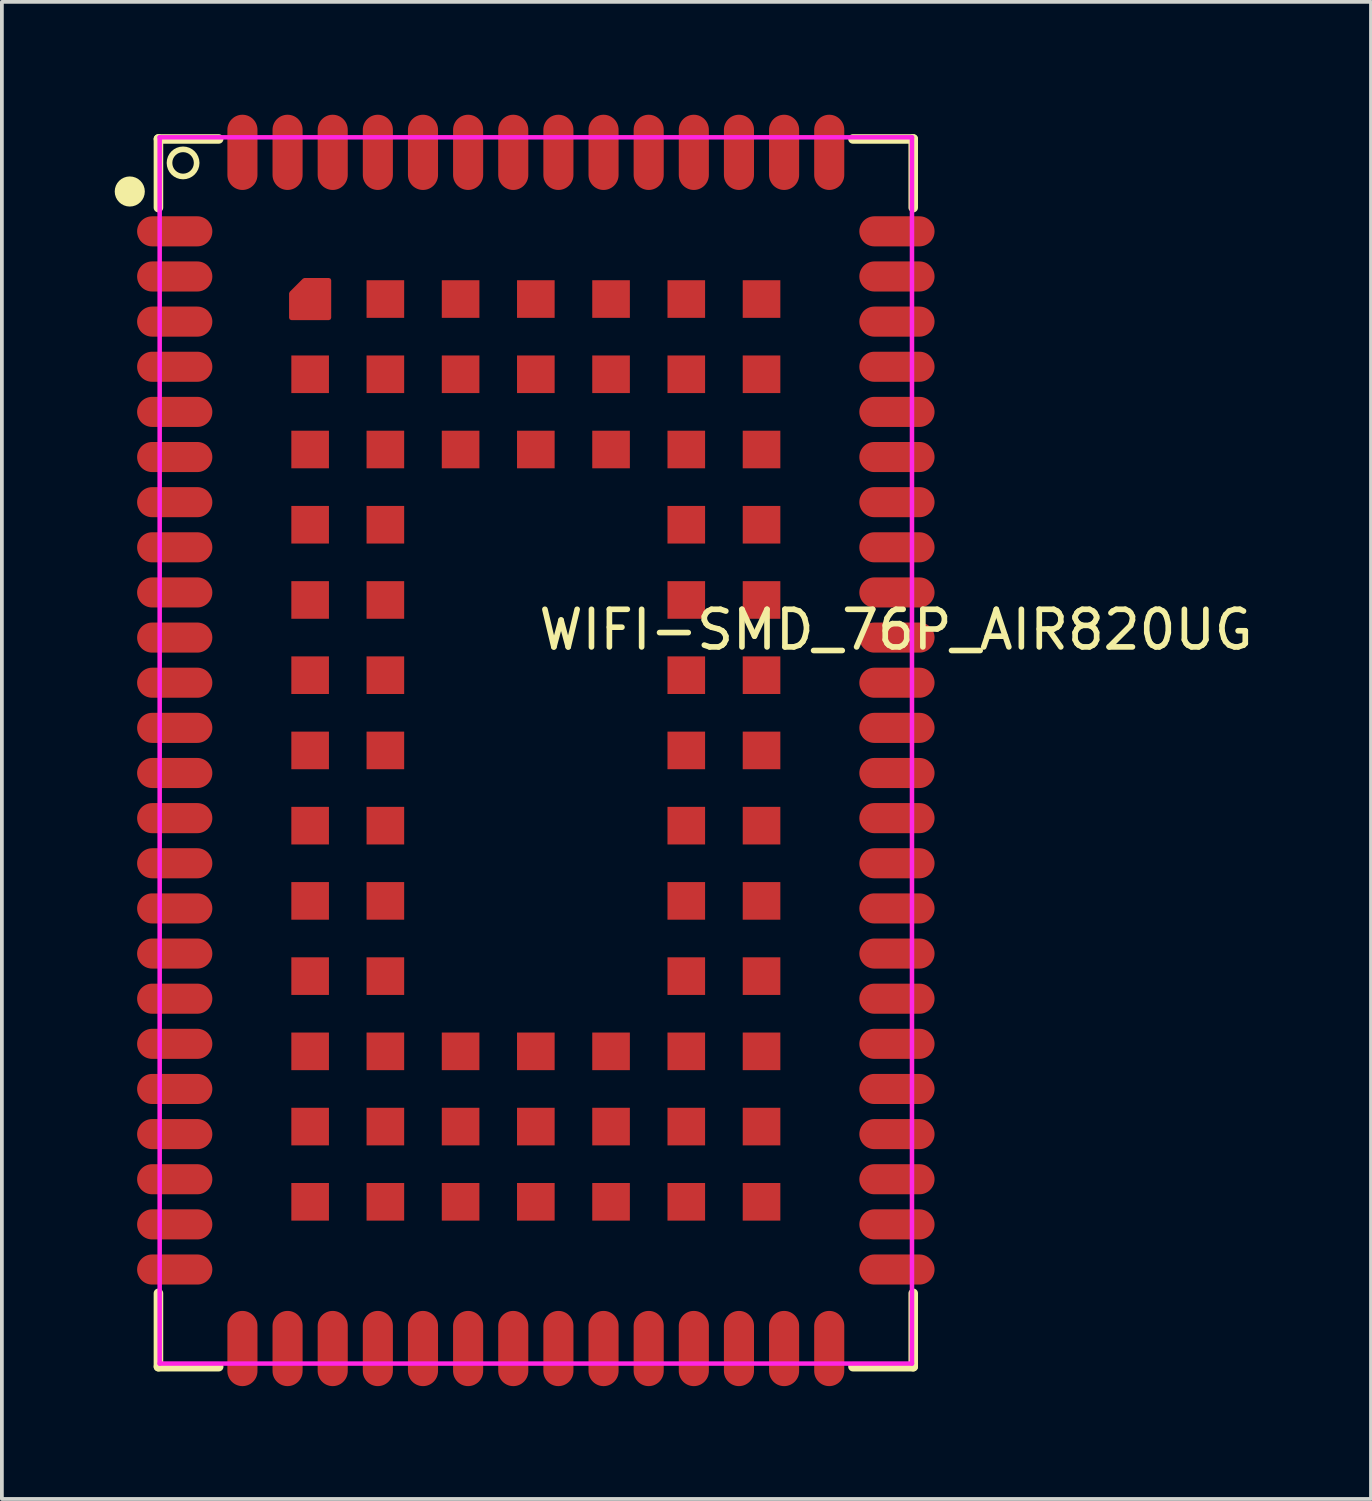
<source format=kicad_pcb>
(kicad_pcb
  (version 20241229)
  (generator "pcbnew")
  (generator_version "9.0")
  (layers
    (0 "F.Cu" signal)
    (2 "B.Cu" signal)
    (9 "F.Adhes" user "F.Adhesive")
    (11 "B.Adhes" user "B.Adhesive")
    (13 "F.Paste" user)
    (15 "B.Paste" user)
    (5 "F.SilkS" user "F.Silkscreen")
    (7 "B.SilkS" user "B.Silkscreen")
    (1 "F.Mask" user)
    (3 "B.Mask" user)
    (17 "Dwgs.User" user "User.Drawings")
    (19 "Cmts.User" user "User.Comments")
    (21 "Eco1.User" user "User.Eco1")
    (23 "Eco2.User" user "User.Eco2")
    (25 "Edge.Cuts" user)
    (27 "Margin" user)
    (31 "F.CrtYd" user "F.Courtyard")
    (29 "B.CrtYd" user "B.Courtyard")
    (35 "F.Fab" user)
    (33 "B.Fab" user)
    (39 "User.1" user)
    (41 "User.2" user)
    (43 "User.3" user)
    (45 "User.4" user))
  (footprint "WIFI-SMD_76P_AIR820UG"
    (layer "F.Cu")
    (at 11.195 16.9)
    (property "Reference" "WIFI-SMD_76P_AIR820UG" (at 0 -3.207 0) (layer "F.SilkS") (effects (font (size 1 1) (thickness 0.15)) (justify left)))
    (attr smd)
    (fp_line (start -10.033 -16.256) (end -8.431 -16.256) (stroke (width 0.254) (type solid)) (layer "F.SilkS"))
    (fp_line (start -10.033 -14.43) (end -10.033 -16.256) (stroke (width 0.254) (type solid)) (layer "F.SilkS"))
    (fp_line (start -10.033 14.432) (end -10.033 16.383) (stroke (width 0.254) (type solid)) (layer "F.SilkS"))
    (fp_line (start -10.033 16.383) (end -8.431 16.383) (stroke (width 0.254) (type solid)) (layer "F.SilkS"))
    (fp_line (start 8.431 -16.256) (end 10.033 -16.256) (stroke (width 0.254) (type solid)) (layer "F.SilkS"))
    (fp_line (start 8.431 16.383) (end 10.033 16.383) (stroke (width 0.254) (type solid)) (layer "F.SilkS"))
    (fp_line (start 10.033 -16.256) (end 10.033 -14.43) (stroke (width 0.254) (type solid)) (layer "F.SilkS"))
    (fp_line (start 10.033 16.383) (end 10.033 14.432) (stroke (width 0.254) (type solid)) (layer "F.SilkS"))
    (fp_arc (start -9.017 -15.617) (mid -9.739022 -15.625055) (end -9.016967 -15.620891) (stroke (width 0.15) (type solid)) (layer "F.SilkS"))
    (fp_circle (center -10.795 -14.859) (end -10.595 -14.859) (stroke (width 0.4) (type solid)) (fill no) (layer "F.SilkS"))
    (fp_line (start -10 -16.3) (end 10 -16.3) (stroke (width 0.12) (type solid)) (layer "F.CrtYd"))
    (fp_line (start -10 16.3) (end -10 -16.3) (stroke (width 0.12) (type solid)) (layer "F.CrtYd"))
    (fp_line (start 10 -16.3) (end 10 16.3) (stroke (width 0.12) (type solid)) (layer "F.CrtYd"))
    (fp_line (start 10 16.3) (end -10 16.3) (stroke (width 0.12) (type solid)) (layer "F.CrtYd"))
    (pad "1" smd oval (at -9.6 -13.8) (size 2 0.8) (layers "F.Cu" "F.Mask" "F.Paste"))
    (pad "2" smd oval (at -9.6 -12.6) (size 2 0.8) (layers "F.Cu" "F.Mask" "F.Paste"))
    (pad "3" smd oval (at -9.6 -11.4) (size 2 0.8) (layers "F.Cu" "F.Mask" "F.Paste"))
    (pad "4" smd oval (at -9.6 -10.2) (size 2 0.8) (layers "F.Cu" "F.Mask" "F.Paste"))
    (pad "5" smd oval (at -9.6 -9) (size 2 0.8) (layers "F.Cu" "F.Mask" "F.Paste"))
    (pad "6" smd oval (at -9.6 -7.8) (size 2 0.8) (layers "F.Cu" "F.Mask" "F.Paste"))
    (pad "7" smd oval (at -9.6 -6.6) (size 2 0.8) (layers "F.Cu" "F.Mask" "F.Paste"))
    (pad "8" smd oval (at -9.6 -5.4) (size 2 0.8) (layers "F.Cu" "F.Mask" "F.Paste"))
    (pad "9" smd oval (at -9.6 -4.2) (size 2 0.8) (layers "F.Cu" "F.Mask" "F.Paste"))
    (pad "10" smd oval (at -9.6 -3) (size 2 0.8) (layers "F.Cu" "F.Mask" "F.Paste"))
    (pad "11" smd oval (at -9.6 -1.8) (size 2 0.8) (layers "F.Cu" "F.Mask" "F.Paste"))
    (pad "12" smd oval (at -9.6 -0.6) (size 2 0.8) (layers "F.Cu" "F.Mask" "F.Paste"))
    (pad "13" smd oval (at -9.6 0.6) (size 2 0.8) (layers "F.Cu" "F.Mask" "F.Paste"))
    (pad "14" smd oval (at -9.6 1.8) (size 2 0.8) (layers "F.Cu" "F.Mask" "F.Paste"))
    (pad "15" smd oval (at -9.6 3) (size 2 0.8) (layers "F.Cu" "F.Mask" "F.Paste"))
    (pad "16" smd oval (at -9.6 4.2) (size 2 0.8) (layers "F.Cu" "F.Mask" "F.Paste"))
    (pad "17" smd oval (at -9.6 5.4) (size 2 0.8) (layers "F.Cu" "F.Mask" "F.Paste"))
    (pad "18" smd oval (at -9.6 6.6) (size 2 0.8) (layers "F.Cu" "F.Mask" "F.Paste"))
    (pad "19" smd oval (at -9.6 7.8) (size 2 0.8) (layers "F.Cu" "F.Mask" "F.Paste"))
    (pad "20" smd oval (at -9.6 9) (size 2 0.8) (layers "F.Cu" "F.Mask" "F.Paste"))
    (pad "21" smd oval (at -9.6 10.2) (size 2 0.8) (layers "F.Cu" "F.Mask" "F.Paste"))
    (pad "22" smd oval (at -9.6 11.4) (size 2 0.8) (layers "F.Cu" "F.Mask" "F.Paste"))
    (pad "23" smd oval (at -9.6 12.6) (size 2 0.8) (layers "F.Cu" "F.Mask" "F.Paste"))
    (pad "24" smd oval (at -9.6 13.8) (size 2 0.8) (layers "F.Cu" "F.Mask" "F.Paste"))
    (pad "25" smd oval (at -7.8 15.9 90) (size 2 0.8) (layers "F.Cu" "F.Mask" "F.Paste"))
    (pad "26" smd oval (at -6.6 15.9 90) (size 2 0.8) (layers "F.Cu" "F.Mask" "F.Paste"))
    (pad "27" smd oval (at -5.4 15.9 90) (size 2 0.8) (layers "F.Cu" "F.Mask" "F.Paste"))
    (pad "28" smd oval (at -4.2 15.9 90) (size 2 0.8) (layers "F.Cu" "F.Mask" "F.Paste"))
    (pad "29" smd oval (at -3 15.9 90) (size 2 0.8) (layers "F.Cu" "F.Mask" "F.Paste"))
    (pad "30" smd oval (at -1.8 15.9 90) (size 2 0.8) (layers "F.Cu" "F.Mask" "F.Paste"))
    (pad "31" smd oval (at -0.6 15.9 90) (size 2 0.8) (layers "F.Cu" "F.Mask" "F.Paste"))
    (pad "32" smd oval (at 0.6 15.9 90) (size 2 0.8) (layers "F.Cu" "F.Mask" "F.Paste"))
    (pad "33" smd oval (at 1.8 15.9 90) (size 2 0.8) (layers "F.Cu" "F.Mask" "F.Paste"))
    (pad "34" smd oval (at 3 15.9 90) (size 2 0.8) (layers "F.Cu" "F.Mask" "F.Paste"))
    (pad "35" smd oval (at 4.2 15.9 90) (size 2 0.8) (layers "F.Cu" "F.Mask" "F.Paste"))
    (pad "36" smd oval (at 5.4 15.9 90) (size 2 0.8) (layers "F.Cu" "F.Mask" "F.Paste"))
    (pad "37" smd oval (at 6.6 15.9 90) (size 2 0.8) (layers "F.Cu" "F.Mask" "F.Paste"))
    (pad "38" smd oval (at 7.8 15.9 90) (size 2 0.8) (layers "F.Cu" "F.Mask" "F.Paste"))
    (pad "39" smd oval (at 9.6 13.8) (size 2 0.8) (layers "F.Cu" "F.Mask" "F.Paste"))
    (pad "40" smd oval (at 9.6 12.6) (size 2 0.8) (layers "F.Cu" "F.Mask" "F.Paste"))
    (pad "41" smd oval (at 9.6 11.4) (size 2 0.8) (layers "F.Cu" "F.Mask" "F.Paste"))
    (pad "42" smd oval (at 9.6 10.2) (size 2 0.8) (layers "F.Cu" "F.Mask" "F.Paste"))
    (pad "43" smd oval (at 9.6 9) (size 2 0.8) (layers "F.Cu" "F.Mask" "F.Paste"))
    (pad "44" smd oval (at 9.6 7.8) (size 2 0.8) (layers "F.Cu" "F.Mask" "F.Paste"))
    (pad "45" smd oval (at 9.6 6.6) (size 2 0.8) (layers "F.Cu" "F.Mask" "F.Paste"))
    (pad "46" smd oval (at 9.6 5.4) (size 2 0.8) (layers "F.Cu" "F.Mask" "F.Paste"))
    (pad "47" smd oval (at 9.6 4.2) (size 2 0.8) (layers "F.Cu" "F.Mask" "F.Paste"))
    (pad "48" smd oval (at 9.6 3) (size 2 0.8) (layers "F.Cu" "F.Mask" "F.Paste"))
    (pad "49" smd oval (at 9.6 1.8) (size 2 0.8) (layers "F.Cu" "F.Mask" "F.Paste"))
    (pad "50" smd oval (at 9.6 0.6) (size 2 0.8) (layers "F.Cu" "F.Mask" "F.Paste"))
    (pad "51" smd oval (at 9.6 -0.6) (size 2 0.8) (layers "F.Cu" "F.Mask" "F.Paste"))
    (pad "52" smd oval (at 9.6 -1.8) (size 2 0.8) (layers "F.Cu" "F.Mask" "F.Paste"))
    (pad "53" smd oval (at 9.6 -3) (size 2 0.8) (layers "F.Cu" "F.Mask" "F.Paste"))
    (pad "54" smd oval (at 9.6 -4.2) (size 2 0.8) (layers "F.Cu" "F.Mask" "F.Paste"))
    (pad "55" smd oval (at 9.6 -5.4) (size 2 0.8) (layers "F.Cu" "F.Mask" "F.Paste"))
    (pad "56" smd oval (at 9.6 -6.6) (size 2 0.8) (layers "F.Cu" "F.Mask" "F.Paste"))
    (pad "57" smd oval (at 9.6 -7.8) (size 2 0.8) (layers "F.Cu" "F.Mask" "F.Paste"))
    (pad "58" smd oval (at 9.6 -9) (size 2 0.8) (layers "F.Cu" "F.Mask" "F.Paste"))
    (pad "59" smd oval (at 9.6 -10.2) (size 2 0.8) (layers "F.Cu" "F.Mask" "F.Paste"))
    (pad "60" smd oval (at 9.6 -11.4) (size 2 0.8) (layers "F.Cu" "F.Mask" "F.Paste"))
    (pad "61" smd oval (at 9.6 -12.6) (size 2 0.8) (layers "F.Cu" "F.Mask" "F.Paste"))
    (pad "62" smd oval (at 9.6 -13.8) (size 2 0.8) (layers "F.Cu" "F.Mask" "F.Paste"))
    (pad "63" smd oval (at 7.8 -15.9 90) (size 2 0.8) (layers "F.Cu" "F.Mask" "F.Paste"))
    (pad "64" smd oval (at 6.6 -15.9 90) (size 2 0.8) (layers "F.Cu" "F.Mask" "F.Paste"))
    (pad "65" smd oval (at 5.4 -15.9 90) (size 2 0.8) (layers "F.Cu" "F.Mask" "F.Paste"))
    (pad "66" smd oval (at 4.2 -15.9 90) (size 2 0.8) (layers "F.Cu" "F.Mask" "F.Paste"))
    (pad "67" smd oval (at 3 -15.9 90) (size 2 0.8) (layers "F.Cu" "F.Mask" "F.Paste"))
    (pad "68" smd oval (at 1.8 -15.9 90) (size 2 0.8) (layers "F.Cu" "F.Mask" "F.Paste"))
    (pad "69" smd oval (at 0.6 -15.9 90) (size 2 0.8) (layers "F.Cu" "F.Mask" "F.Paste"))
    (pad "70" smd oval (at -0.6 -15.9 90) (size 2 0.8) (layers "F.Cu" "F.Mask" "F.Paste"))
    (pad "71" smd oval (at -1.8 -15.9 90) (size 2 0.8) (layers "F.Cu" "F.Mask" "F.Paste"))
    (pad "72" smd oval (at -3 -15.9 90) (size 2 0.8) (layers "F.Cu" "F.Mask" "F.Paste"))
    (pad "73" smd oval (at -4.2 -15.9 90) (size 2 0.8) (layers "F.Cu" "F.Mask" "F.Paste"))
    (pad "74" smd oval (at -5.4 -15.9 90) (size 2 0.8) (layers "F.Cu" "F.Mask" "F.Paste"))
    (pad "75" smd oval (at -6.6 -15.9 90) (size 2 0.8) (layers "F.Cu" "F.Mask" "F.Paste"))
    (pad "76" smd oval (at -7.8 -15.9) (size 0.8 2) (layers "F.Cu" "F.Mask" "F.Paste"))
    (pad "77" smd custom (at -6 -12) (size 0.102 0.102) (layers "F.Cu" "F.Mask" "F.Paste") (options (anchor circle)) (primitives (gr_poly (pts (xy -0.15 -0.5) (xy 0.5 -0.5) (xy 0.5 0.5) (xy -0.5 0.5) (xy -0.5 -0.15)) (width 0.12) (fill yes))))
    (pad "78" smd rect (at -4 -12) (size 1 1) (layers "F.Cu" "F.Mask" "F.Paste"))
    (pad "79" smd rect (at -2 -12) (size 1 1) (layers "F.Cu" "F.Mask" "F.Paste"))
    (pad "80" smd rect (at 0 -12) (size 1 1) (layers "F.Cu" "F.Mask" "F.Paste"))
    (pad "81" smd rect (at 2 -12) (size 1 1) (layers "F.Cu" "F.Mask" "F.Paste"))
    (pad "82" smd rect (at 4 -12) (size 1 1) (layers "F.Cu" "F.Mask" "F.Paste"))
    (pad "83" smd rect (at 6 -12) (size 1 1) (layers "F.Cu" "F.Mask" "F.Paste"))
    (pad "84" smd rect (at -6 -10) (size 1 1) (layers "F.Cu" "F.Mask" "F.Paste"))
    (pad "85" smd rect (at -4 -10) (size 1 1) (layers "F.Cu" "F.Mask" "F.Paste"))
    (pad "86" smd rect (at -2 -10) (size 1 1) (layers "F.Cu" "F.Mask" "F.Paste"))
    (pad "87" smd rect (at 0 -10) (size 1 1) (layers "F.Cu" "F.Mask" "F.Paste"))
    (pad "88" smd rect (at 2 -10) (size 1 1) (layers "F.Cu" "F.Mask" "F.Paste"))
    (pad "89" smd rect (at 4 -10) (size 1 1) (layers "F.Cu" "F.Mask" "F.Paste"))
    (pad "90" smd rect (at 6 -10) (size 1 1) (layers "F.Cu" "F.Mask" "F.Paste"))
    (pad "91" smd rect (at -6 -8) (size 1 1) (layers "F.Cu" "F.Mask" "F.Paste"))
    (pad "92" smd rect (at -4 -8) (size 1 1) (layers "F.Cu" "F.Mask" "F.Paste"))
    (pad "93" smd rect (at -2 -8) (size 1 1) (layers "F.Cu" "F.Mask" "F.Paste"))
    (pad "94" smd rect (at 0 -8) (size 1 1) (layers "F.Cu" "F.Mask" "F.Paste"))
    (pad "95" smd rect (at 2 -8) (size 1 1) (layers "F.Cu" "F.Mask" "F.Paste"))
    (pad "96" smd rect (at 4 -8) (size 1 1) (layers "F.Cu" "F.Mask" "F.Paste"))
    (pad "97" smd rect (at 6 -8) (size 1 1) (layers "F.Cu" "F.Mask" "F.Paste"))
    (pad "98" smd rect (at -6 -6) (size 1 1) (layers "F.Cu" "F.Mask" "F.Paste"))
    (pad "99" smd rect (at -4 -6) (size 1 1) (layers "F.Cu" "F.Mask" "F.Paste"))
    (pad "100" smd rect (at 4 -6) (size 1 1) (layers "F.Cu" "F.Mask" "F.Paste"))
    (pad "101" smd rect (at 6 -6) (size 1 1) (layers "F.Cu" "F.Mask" "F.Paste"))
    (pad "102" smd rect (at -6 -4) (size 1 1) (layers "F.Cu" "F.Mask" "F.Paste"))
    (pad "103" smd rect (at -4 -4) (size 1 1) (layers "F.Cu" "F.Mask" "F.Paste"))
    (pad "104" smd rect (at 4 -4) (size 1 1) (layers "F.Cu" "F.Mask" "F.Paste"))
    (pad "105" smd rect (at 6 -4) (size 1 1) (layers "F.Cu" "F.Mask" "F.Paste"))
    (pad "106" smd rect (at -6 -2) (size 1 1) (layers "F.Cu" "F.Mask" "F.Paste"))
    (pad "107" smd rect (at -4 -2) (size 1 1) (layers "F.Cu" "F.Mask" "F.Paste"))
    (pad "108" smd rect (at 4 -2) (size 1 1) (layers "F.Cu" "F.Mask" "F.Paste"))
    (pad "109" smd rect (at 6 -2) (size 1 1) (layers "F.Cu" "F.Mask" "F.Paste"))
    (pad "110" smd rect (at -6 0) (size 1 1) (layers "F.Cu" "F.Mask" "F.Paste"))
    (pad "111" smd rect (at -4 0) (size 1 1) (layers "F.Cu" "F.Mask" "F.Paste"))
    (pad "112" smd rect (at 4 0) (size 1 1) (layers "F.Cu" "F.Mask" "F.Paste"))
    (pad "113" smd rect (at 6 0) (size 1 1) (layers "F.Cu" "F.Mask" "F.Paste"))
    (pad "114" smd rect (at -6 2) (size 1 1) (layers "F.Cu" "F.Mask" "F.Paste"))
    (pad "115" smd rect (at -4 2) (size 1 1) (layers "F.Cu" "F.Mask" "F.Paste"))
    (pad "116" smd rect (at 4 2) (size 1 1) (layers "F.Cu" "F.Mask" "F.Paste"))
    (pad "117" smd rect (at 6 2) (size 1 1) (layers "F.Cu" "F.Mask" "F.Paste"))
    (pad "118" smd rect (at -6 4) (size 1 1) (layers "F.Cu" "F.Mask" "F.Paste"))
    (pad "119" smd rect (at -4 4) (size 1 1) (layers "F.Cu" "F.Mask" "F.Paste"))
    (pad "120" smd rect (at 4 4) (size 1 1) (layers "F.Cu" "F.Mask" "F.Paste"))
    (pad "121" smd rect (at 6 4) (size 1 1) (layers "F.Cu" "F.Mask" "F.Paste"))
    (pad "122" smd rect (at -6 6) (size 1 1) (layers "F.Cu" "F.Mask" "F.Paste"))
    (pad "123" smd rect (at -4 6) (size 1 1) (layers "F.Cu" "F.Mask" "F.Paste"))
    (pad "124" smd rect (at 4 6) (size 1 1) (layers "F.Cu" "F.Mask" "F.Paste"))
    (pad "125" smd rect (at 6 6) (size 1 1) (layers "F.Cu" "F.Mask" "F.Paste"))
    (pad "126" smd rect (at -6 8) (size 1 1) (layers "F.Cu" "F.Mask" "F.Paste"))
    (pad "127" smd rect (at -4 8) (size 1 1) (layers "F.Cu" "F.Mask" "F.Paste"))
    (pad "128" smd rect (at -2 8) (size 1 1) (layers "F.Cu" "F.Mask" "F.Paste"))
    (pad "129" smd rect (at 0 8) (size 1 1) (layers "F.Cu" "F.Mask" "F.Paste"))
    (pad "130" smd rect (at 2 8) (size 1 1) (layers "F.Cu" "F.Mask" "F.Paste"))
    (pad "131" smd rect (at 4 8) (size 1 1) (layers "F.Cu" "F.Mask" "F.Paste"))
    (pad "132" smd rect (at 6 8) (size 1 1) (layers "F.Cu" "F.Mask" "F.Paste"))
    (pad "133" smd rect (at -6 10) (size 1 1) (layers "F.Cu" "F.Mask" "F.Paste"))
    (pad "134" smd rect (at -4 10) (size 1 1) (layers "F.Cu" "F.Mask" "F.Paste"))
    (pad "135" smd rect (at -2 10) (size 1 1) (layers "F.Cu" "F.Mask" "F.Paste"))
    (pad "136" smd rect (at 0 10) (size 1 1) (layers "F.Cu" "F.Mask" "F.Paste"))
    (pad "137" smd rect (at 2 10) (size 1 1) (layers "F.Cu" "F.Mask" "F.Paste"))
    (pad "138" smd rect (at 4 10) (size 1 1) (layers "F.Cu" "F.Mask" "F.Paste"))
    (pad "139" smd rect (at 6 10) (size 1 1) (layers "F.Cu" "F.Mask" "F.Paste"))
    (pad "140" smd rect (at -6 12) (size 1 1) (layers "F.Cu" "F.Mask" "F.Paste"))
    (pad "141" smd rect (at -4 12) (size 1 1) (layers "F.Cu" "F.Mask" "F.Paste"))
    (pad "142" smd rect (at -2 12) (size 1 1) (layers "F.Cu" "F.Mask" "F.Paste"))
    (pad "143" smd rect (at 0 12) (size 1 1) (layers "F.Cu" "F.Mask" "F.Paste"))
    (pad "144" smd rect (at 2 12) (size 1 1) (layers "F.Cu" "F.Mask" "F.Paste"))
    (pad "145" smd rect (at 4 12) (size 1 1) (layers "F.Cu" "F.Mask" "F.Paste"))
    (pad "146" smd rect (at 6 12) (size 1 1) (layers "F.Cu" "F.Mask" "F.Paste")))
  (gr_rect
    (start -3 -3)
    (end 33.397 36.8)
    (stroke (width 0.1) (type default))
    (fill no)
    (layer "Edge.Cuts")))
</source>
